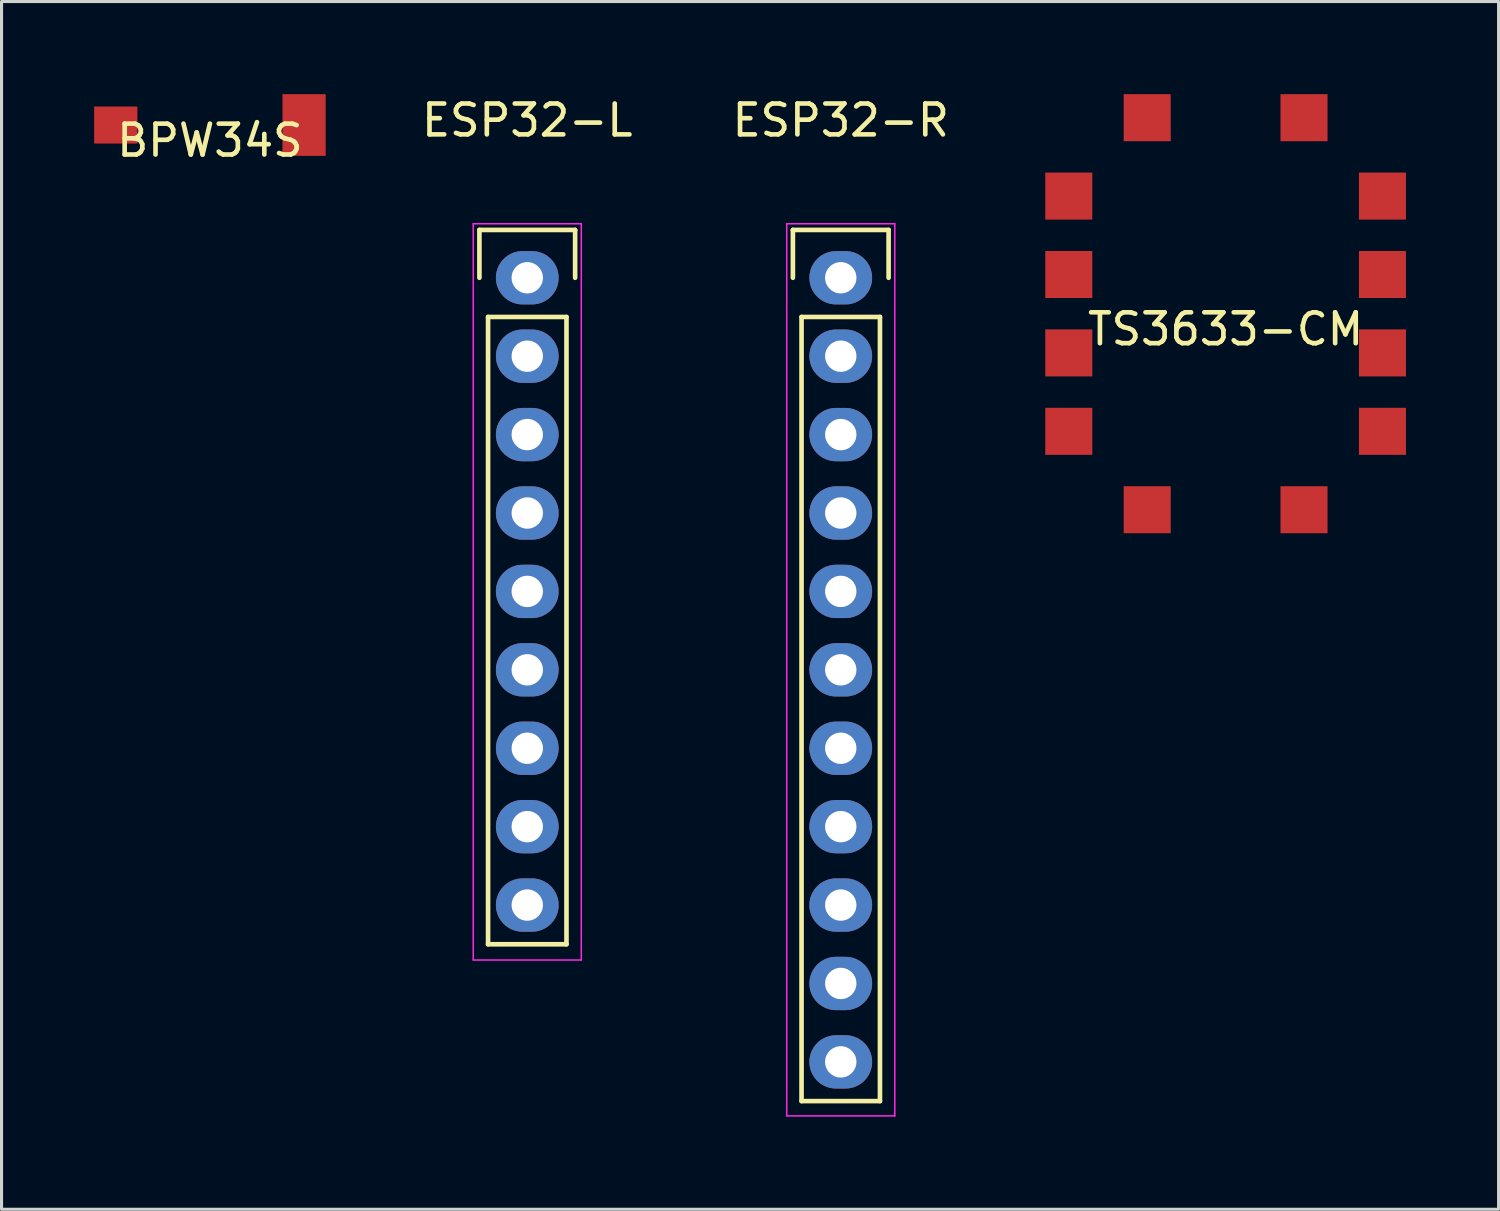
<source format=kicad_pcb>
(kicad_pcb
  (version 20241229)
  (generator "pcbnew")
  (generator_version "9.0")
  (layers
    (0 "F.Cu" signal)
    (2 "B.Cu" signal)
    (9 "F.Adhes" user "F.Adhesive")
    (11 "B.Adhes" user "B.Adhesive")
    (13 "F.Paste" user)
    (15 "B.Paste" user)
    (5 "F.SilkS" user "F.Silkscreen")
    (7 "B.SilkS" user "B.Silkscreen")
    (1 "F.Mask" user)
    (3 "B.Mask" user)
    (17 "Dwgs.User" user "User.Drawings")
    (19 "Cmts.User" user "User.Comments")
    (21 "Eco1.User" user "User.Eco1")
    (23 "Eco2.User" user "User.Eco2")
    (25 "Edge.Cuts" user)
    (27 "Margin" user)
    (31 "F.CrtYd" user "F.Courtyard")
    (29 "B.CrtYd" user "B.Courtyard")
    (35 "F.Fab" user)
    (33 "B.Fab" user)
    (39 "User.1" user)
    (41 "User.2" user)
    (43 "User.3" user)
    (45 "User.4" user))
  (footprint "ESP32-R"
    (layer "F.Cu")
    (at 24.185 5.948)
    (property "Reference" "ESP32-R" (at 0 -5.1 0) (layer "F.SilkS") (effects (font (size 1 1) (thickness 0.15))))
    (attr through_hole)
    (fp_line (start -1.55 -1.55) (end 1.55 -1.55) (stroke (width 0.15) (type solid)) (layer "F.SilkS"))
    (fp_line (start -1.55 0) (end -1.55 -1.55) (stroke (width 0.15) (type solid)) (layer "F.SilkS"))
    (fp_line (start -1.27 26.67) (end -1.27 1.27) (stroke (width 0.15) (type solid)) (layer "F.SilkS"))
    (fp_line (start 1.27 1.27) (end -1.27 1.27) (stroke (width 0.15) (type solid)) (layer "F.SilkS"))
    (fp_line (start 1.27 1.27) (end 1.27 26.67) (stroke (width 0.15) (type solid)) (layer "F.SilkS"))
    (fp_line (start 1.27 26.67) (end -1.27 26.67) (stroke (width 0.15) (type solid)) (layer "F.SilkS"))
    (fp_line (start 1.55 -1.55) (end 1.55 0) (stroke (width 0.15) (type solid)) (layer "F.SilkS"))
    (fp_line (start -1.75 -1.75) (end -1.75 27.15) (stroke (width 0.05) (type solid)) (layer "F.CrtYd"))
    (fp_line (start -1.75 -1.75) (end 1.75 -1.75) (stroke (width 0.05) (type solid)) (layer "F.CrtYd"))
    (fp_line (start -1.75 27.15) (end 1.75 27.15) (stroke (width 0.05) (type solid)) (layer "F.CrtYd"))
    (fp_line (start 1.75 -1.75) (end 1.75 27.15) (stroke (width 0.05) (type solid)) (layer "F.CrtYd"))
    (pad "0" thru_hole oval (at 0 12.7) (size 2.032 1.727) (drill 1.016) (layers "*.Cu" "*.Mask"))
    (pad "2" thru_hole oval (at 0 10.16) (size 2.032 1.727) (drill 1.016) (layers "*.Cu" "*.Mask"))
    (pad "4" thru_hole oval (at 0 15.24) (size 2.032 1.727) (drill 1.016) (layers "*.Cu" "*.Mask"))
    (pad "5" thru_hole oval (at 0 5.08) (size 2.032 1.727) (drill 1.016) (layers "*.Cu" "*.Mask"))
    (pad "15" thru_hole oval (at 0 7.62) (size 2.032 1.727) (drill 1.016) (layers "*.Cu" "*.Mask"))
    (pad "16" thru_hole oval (at 0 20.32) (size 2.032 1.727) (drill 1.016) (layers "*.Cu" "*.Mask"))
    (pad "17" thru_hole oval (at 0 17.78) (size 2.032 1.727) (drill 1.016) (layers "*.Cu" "*.Mask"))
    (pad "18" thru_hole oval (at 0 2.54) (size 2.032 1.727) (drill 1.016) (layers "*.Cu" "*.Mask"))
    (pad "23" thru_hole oval (at 0 0) (size 2.032 1.727) (drill 1.016) (layers "*.Cu" "*.Mask"))
    (pad "R3" thru_hole oval (at 0 25.4) (size 2.032 1.727) (drill 1.016) (layers "*.Cu" "*.Mask"))
    (pad "R4" thru_hole oval (at 0 22.86) (size 2.032 1.727) (drill 1.016) (layers "*.Cu" "*.Mask")))
  (footprint "ESP32-L"
    (layer "F.Cu")
    (at 14.03 5.948)
    (property "Reference" "ESP32-L" (at 0 -5.1 0) (layer "F.SilkS") (effects (font (size 1 1) (thickness 0.15))))
    (attr through_hole)
    (fp_line (start -1.55 -1.55) (end 1.55 -1.55) (stroke (width 0.15) (type solid)) (layer "F.SilkS"))
    (fp_line (start -1.55 0) (end -1.55 -1.55) (stroke (width 0.15) (type solid)) (layer "F.SilkS"))
    (fp_line (start -1.27 21.59) (end -1.27 1.27) (stroke (width 0.15) (type solid)) (layer "F.SilkS"))
    (fp_line (start 1.27 1.27) (end -1.27 1.27) (stroke (width 0.15) (type solid)) (layer "F.SilkS"))
    (fp_line (start 1.27 1.27) (end 1.27 21.59) (stroke (width 0.15) (type solid)) (layer "F.SilkS"))
    (fp_line (start 1.27 21.59) (end -1.27 21.59) (stroke (width 0.15) (type solid)) (layer "F.SilkS"))
    (fp_line (start 1.55 -1.55) (end 1.55 0) (stroke (width 0.15) (type solid)) (layer "F.SilkS"))
    (fp_line (start -1.75 -1.75) (end -1.75 22.1) (stroke (width 0.05) (type solid)) (layer "F.CrtYd"))
    (fp_line (start -1.75 -1.75) (end 1.75 -1.75) (stroke (width 0.05) (type solid)) (layer "F.CrtYd"))
    (fp_line (start -1.75 22.1) (end 1.75 22.1) (stroke (width 0.05) (type solid)) (layer "F.CrtYd"))
    (fp_line (start 1.75 -1.75) (end 1.75 22.1) (stroke (width 0.05) (type solid)) (layer "F.CrtYd"))
    (pad "12" thru_hole oval (at 0 10.16) (size 2.032 1.727) (drill 1.016) (layers "*.Cu" "*.Mask"))
    (pad "13" thru_hole oval (at 0 12.7) (size 2.032 1.727) (drill 1.016) (layers "*.Cu" "*.Mask"))
    (pad "14" thru_hole oval (at 0 7.62) (size 2.032 1.727) (drill 1.016) (layers "*.Cu" "*.Mask"))
    (pad "25" thru_hole oval (at 0 0) (size 2.032 1.727) (drill 1.016) (layers "*.Cu" "*.Mask"))
    (pad "26" thru_hole oval (at 0 2.54) (size 2.032 1.727) (drill 1.016) (layers "*.Cu" "*.Mask"))
    (pad "27" thru_hole oval (at 0 5.08) (size 2.032 1.727) (drill 1.016) (layers "*.Cu" "*.Mask"))
    (pad "L3" thru_hole oval (at 0 20.32) (size 2.032 1.727) (drill 1.016) (layers "*.Cu" "*.Mask"))
    (pad "L4" thru_hole oval (at 0 17.78) (size 2.032 1.727) (drill 1.016) (layers "*.Cu" "*.Mask"))
    (pad "L5" thru_hole oval (at 0 15.24) (size 2.032 1.727) (drill 1.016) (layers "*.Cu" "*.Mask")))
  (footprint "TS3633-CM"
    (layer "F.Cu")
    (at 36.652 7.112)
    (property "Reference" "TS3633-CM" (at 0 0.5 0) (layer "F.SilkS") (effects (font (size 1 1) (thickness 0.15))))
    (attr through_hole)
    (pad "1" smd rect (at -5.08 -3.81) (size 1.524 1.524) (layers "F.Cu" "F.Mask" "F.Paste"))
    (pad "2" smd rect (at -5.08 -1.27) (size 1.524 1.524) (layers "F.Cu" "F.Mask" "F.Paste"))
    (pad "3" smd rect (at -5.08 1.27) (size 1.524 1.524) (layers "F.Cu" "F.Mask" "F.Paste"))
    (pad "4" smd rect (at -5.08 3.81) (size 1.524 1.524) (layers "F.Cu" "F.Mask" "F.Paste"))
    (pad "5" smd rect (at -2.54 6.35) (size 1.524 1.524) (layers "F.Cu" "F.Mask" "F.Paste"))
    (pad "6" smd rect (at 2.54 6.35) (size 1.524 1.524) (layers "F.Cu" "F.Mask" "F.Paste"))
    (pad "7" smd rect (at 5.08 3.81) (size 1.524 1.524) (layers "F.Cu" "F.Mask" "F.Paste"))
    (pad "8" smd rect (at 5.08 1.27) (size 1.524 1.524) (layers "F.Cu" "F.Mask" "F.Paste"))
    (pad "9" smd rect (at 5.08 -1.27) (size 1.524 1.524) (layers "F.Cu" "F.Mask" "F.Paste"))
    (pad "10" smd rect (at 5.08 -3.81) (size 1.524 1.524) (layers "F.Cu" "F.Mask" "F.Paste"))
    (pad "11" smd rect (at 2.54 -6.35) (size 1.524 1.524) (layers "F.Cu" "F.Mask" "F.Paste"))
    (pad "12" smd rect (at -2.54 -6.35) (size 1.524 1.524) (layers "F.Cu" "F.Mask" "F.Paste")))
  (footprint "BPW34S"
    (layer "F.Cu")
    (at 3.75 1)
    (property "Reference" "BPW34S" (at 0 0.5 0) (layer "F.SilkS") (effects (font (size 1 1) (thickness 0.15))))
    (attr through_hole)
    (pad "0" smd rect (at -3.05 0) (size 1.4 1.2) (layers "F.Cu" "F.Mask" "F.Paste"))
    (pad "1" smd rect (at 3.05 0) (size 1.4 2) (layers "F.Cu" "F.Mask" "F.Paste")))
  (gr_rect
    (start -3 -3)
    (end 45.494 36.123)
    (stroke (width 0.1) (type default))
    (fill no)
    (layer "Edge.Cuts")))
</source>
